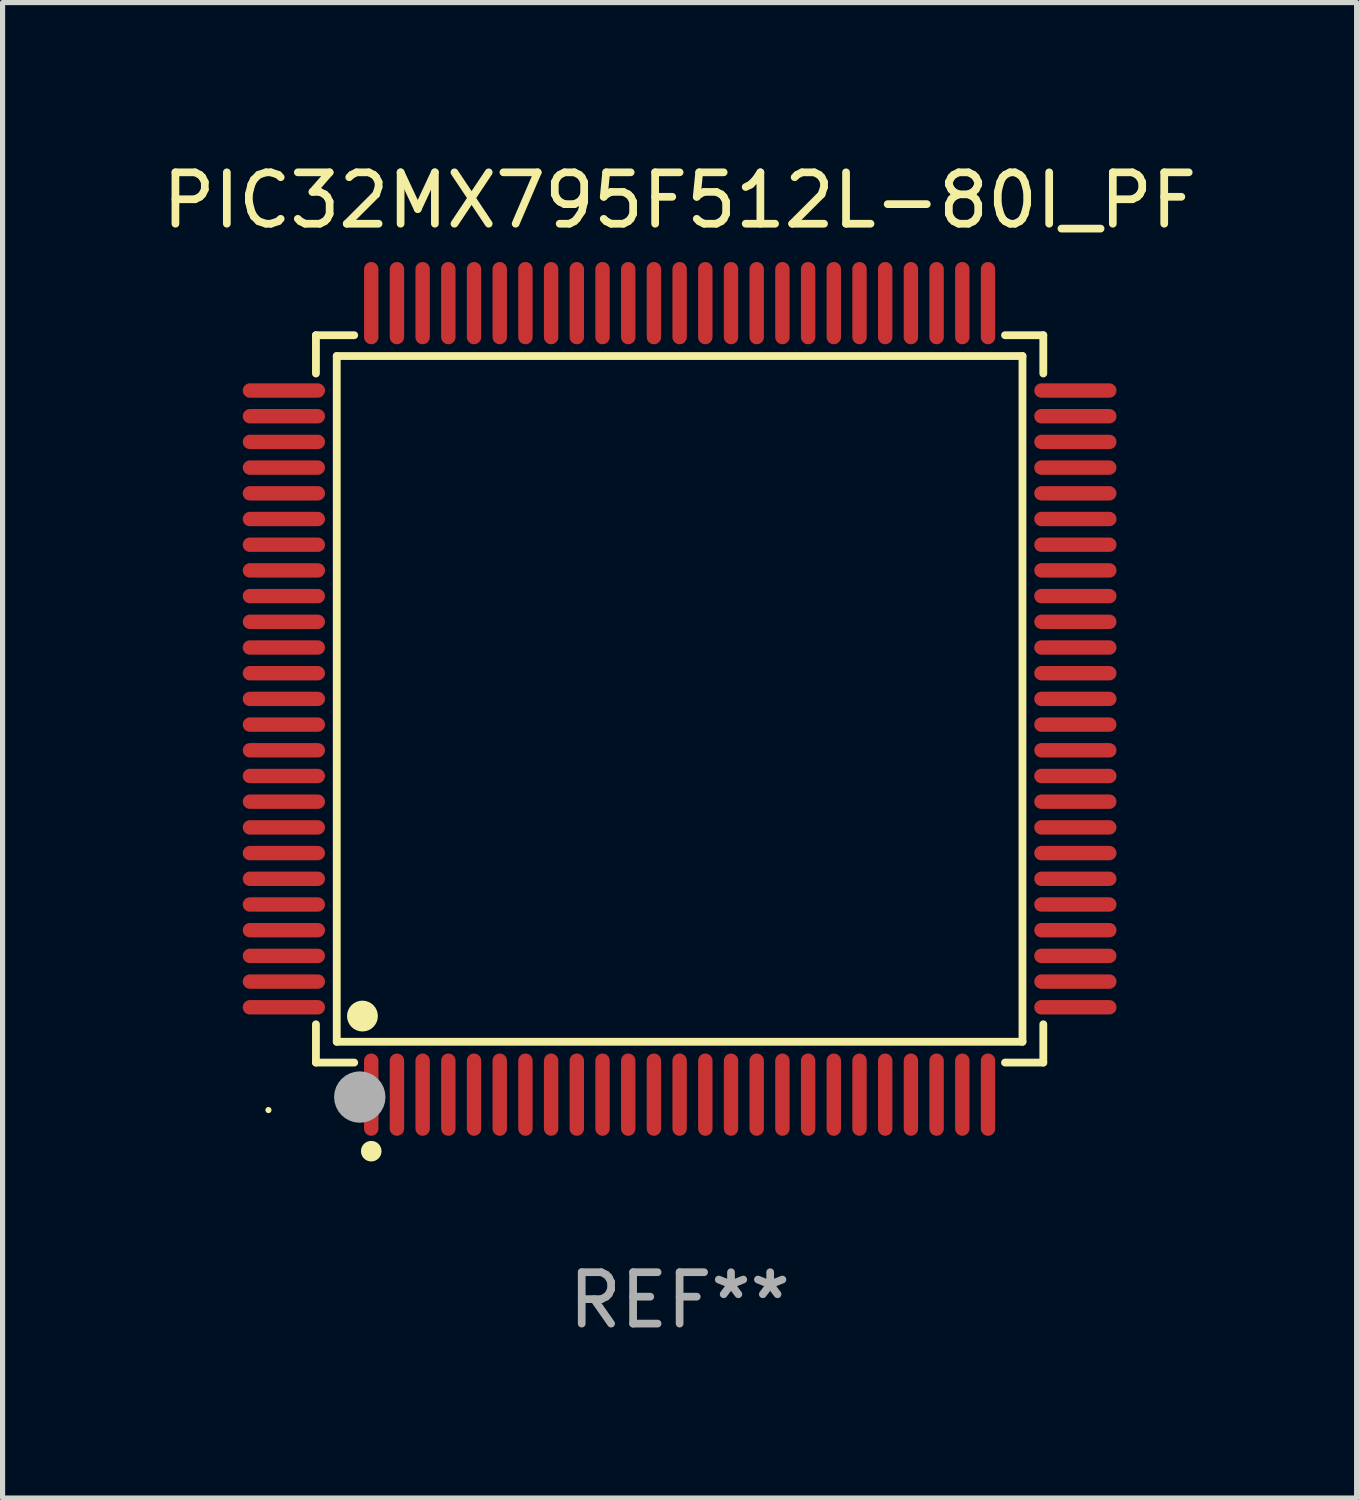
<source format=kicad_pcb>
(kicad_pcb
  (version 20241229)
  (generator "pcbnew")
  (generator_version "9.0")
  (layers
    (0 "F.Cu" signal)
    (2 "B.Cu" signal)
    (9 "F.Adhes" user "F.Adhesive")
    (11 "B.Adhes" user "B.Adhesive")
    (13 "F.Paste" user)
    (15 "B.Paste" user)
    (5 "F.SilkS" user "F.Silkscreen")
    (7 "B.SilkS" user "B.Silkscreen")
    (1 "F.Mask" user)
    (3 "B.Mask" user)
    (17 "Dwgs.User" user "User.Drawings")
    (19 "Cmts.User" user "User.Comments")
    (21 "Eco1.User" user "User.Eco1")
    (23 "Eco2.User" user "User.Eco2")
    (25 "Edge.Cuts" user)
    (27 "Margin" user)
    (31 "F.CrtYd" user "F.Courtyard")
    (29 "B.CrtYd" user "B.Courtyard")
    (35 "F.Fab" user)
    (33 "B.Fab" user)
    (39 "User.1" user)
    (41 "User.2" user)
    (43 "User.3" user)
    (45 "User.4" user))
  (footprint "PIC32MX795F512L-80I_PF"
    (layer "F.Cu")
    (at 10.173 10.548)
    (property "Reference" "PIC32MX795F512L-80I_PF" (at 0 -9.7 0) (layer "F.SilkS") (effects (font (size 1 1) (thickness 0.15))))
    (attr through_hole)
    (fp_line (start -7.076 -7.076) (end -6.331 -7.076) (stroke (width 0.152) (type solid)) (layer "F.SilkS"))
    (fp_line (start -7.076 -6.331) (end -7.076 -7.076) (stroke (width 0.152) (type solid)) (layer "F.SilkS"))
    (fp_line (start -7.076 6.331) (end -7.076 7.076) (stroke (width 0.152) (type solid)) (layer "F.SilkS"))
    (fp_line (start -7.076 7.076) (end -6.331 7.076) (stroke (width 0.152) (type solid)) (layer "F.SilkS"))
    (fp_line (start -6.671 -6.671) (end 6.671 -6.671) (stroke (width 0.152) (type solid)) (layer "F.SilkS"))
    (fp_line (start -6.671 6.671) (end -6.671 -6.671) (stroke (width 0.152) (type solid)) (layer "F.SilkS"))
    (fp_line (start 6.671 -6.671) (end 6.671 6.671) (stroke (width 0.152) (type solid)) (layer "F.SilkS"))
    (fp_line (start 6.671 6.671) (end -6.671 6.671) (stroke (width 0.152) (type solid)) (layer "F.SilkS"))
    (fp_line (start 7.076 -7.076) (end 6.331 -7.076) (stroke (width 0.152) (type solid)) (layer "F.SilkS"))
    (fp_line (start 7.076 -6.331) (end 7.076 -7.076) (stroke (width 0.152) (type solid)) (layer "F.SilkS"))
    (fp_line (start 7.076 6.331) (end 7.076 7.076) (stroke (width 0.152) (type solid)) (layer "F.SilkS"))
    (fp_line (start 7.076 7.076) (end 6.331 7.076) (stroke (width 0.152) (type solid)) (layer "F.SilkS"))
    (fp_circle (center -8 8) (end -7.97 8) (stroke (width 0.06) (type solid)) (fill no) (layer "F.SilkS"))
    (fp_circle (center -6.171 6.171) (end -6.021 6.171) (stroke (width 0.3) (type solid)) (fill no) (layer "F.SilkS"))
    (fp_circle (center -6 8.8) (end -5.9 8.8) (stroke (width 0.2) (type solid)) (fill no) (layer "F.SilkS"))
    (fp_circle (center -6.223 7.747) (end -5.973 7.747) (stroke (width 0.5) (type solid)) (fill no) (layer "F.Fab"))
    (fp_text user "REF**" (at 0 11.7 0) (layer "F.Fab") (effects (font (size 1 1) (thickness 0.15))))
    (pad "1" smd oval (at -6 7.7) (size 0.28 1.6) (layers "F.Cu" "F.Mask" "F.Paste"))
    (pad "2" smd oval (at -5.5 7.7) (size 0.28 1.6) (layers "F.Cu" "F.Mask" "F.Paste"))
    (pad "3" smd oval (at -5 7.7) (size 0.28 1.6) (layers "F.Cu" "F.Mask" "F.Paste"))
    (pad "4" smd oval (at -4.5 7.7) (size 0.28 1.6) (layers "F.Cu" "F.Mask" "F.Paste"))
    (pad "5" smd oval (at -4 7.7) (size 0.28 1.6) (layers "F.Cu" "F.Mask" "F.Paste"))
    (pad "6" smd oval (at -3.5 7.7) (size 0.28 1.6) (layers "F.Cu" "F.Mask" "F.Paste"))
    (pad "7" smd oval (at -3 7.7) (size 0.28 1.6) (layers "F.Cu" "F.Mask" "F.Paste"))
    (pad "8" smd oval (at -2.5 7.7) (size 0.28 1.6) (layers "F.Cu" "F.Mask" "F.Paste"))
    (pad "9" smd oval (at -2 7.7) (size 0.28 1.6) (layers "F.Cu" "F.Mask" "F.Paste"))
    (pad "10" smd oval (at -1.5 7.7) (size 0.28 1.6) (layers "F.Cu" "F.Mask" "F.Paste"))
    (pad "11" smd oval (at -1 7.7) (size 0.28 1.6) (layers "F.Cu" "F.Mask" "F.Paste"))
    (pad "12" smd oval (at -0.5 7.7) (size 0.28 1.6) (layers "F.Cu" "F.Mask" "F.Paste"))
    (pad "13" smd oval (at 0 7.7) (size 0.28 1.6) (layers "F.Cu" "F.Mask" "F.Paste"))
    (pad "14" smd oval (at 0.5 7.7) (size 0.28 1.6) (layers "F.Cu" "F.Mask" "F.Paste"))
    (pad "15" smd oval (at 1 7.7) (size 0.28 1.6) (layers "F.Cu" "F.Mask" "F.Paste"))
    (pad "16" smd oval (at 1.5 7.7) (size 0.28 1.6) (layers "F.Cu" "F.Mask" "F.Paste"))
    (pad "17" smd oval (at 2 7.7) (size 0.28 1.6) (layers "F.Cu" "F.Mask" "F.Paste"))
    (pad "18" smd oval (at 2.5 7.7) (size 0.28 1.6) (layers "F.Cu" "F.Mask" "F.Paste"))
    (pad "19" smd oval (at 3 7.7) (size 0.28 1.6) (layers "F.Cu" "F.Mask" "F.Paste"))
    (pad "20" smd oval (at 3.5 7.7) (size 0.28 1.6) (layers "F.Cu" "F.Mask" "F.Paste"))
    (pad "21" smd oval (at 4 7.7) (size 0.28 1.6) (layers "F.Cu" "F.Mask" "F.Paste"))
    (pad "22" smd oval (at 4.5 7.7) (size 0.28 1.6) (layers "F.Cu" "F.Mask" "F.Paste"))
    (pad "23" smd oval (at 5 7.7) (size 0.28 1.6) (layers "F.Cu" "F.Mask" "F.Paste"))
    (pad "24" smd oval (at 5.5 7.7) (size 0.28 1.6) (layers "F.Cu" "F.Mask" "F.Paste"))
    (pad "25" smd oval (at 6 7.7) (size 0.28 1.6) (layers "F.Cu" "F.Mask" "F.Paste"))
    (pad "26" smd oval (at 7.7 6) (size 1.6 0.28) (layers "F.Cu" "F.Mask" "F.Paste"))
    (pad "27" smd oval (at 7.7 5.5) (size 1.6 0.28) (layers "F.Cu" "F.Mask" "F.Paste"))
    (pad "28" smd oval (at 7.7 5) (size 1.6 0.28) (layers "F.Cu" "F.Mask" "F.Paste"))
    (pad "29" smd oval (at 7.7 4.5) (size 1.6 0.28) (layers "F.Cu" "F.Mask" "F.Paste"))
    (pad "30" smd oval (at 7.7 4) (size 1.6 0.28) (layers "F.Cu" "F.Mask" "F.Paste"))
    (pad "31" smd oval (at 7.7 3.5) (size 1.6 0.28) (layers "F.Cu" "F.Mask" "F.Paste"))
    (pad "32" smd oval (at 7.7 3) (size 1.6 0.28) (layers "F.Cu" "F.Mask" "F.Paste"))
    (pad "33" smd oval (at 7.7 2.5) (size 1.6 0.28) (layers "F.Cu" "F.Mask" "F.Paste"))
    (pad "34" smd oval (at 7.7 2) (size 1.6 0.28) (layers "F.Cu" "F.Mask" "F.Paste"))
    (pad "35" smd oval (at 7.7 1.5) (size 1.6 0.28) (layers "F.Cu" "F.Mask" "F.Paste"))
    (pad "36" smd oval (at 7.7 1) (size 1.6 0.28) (layers "F.Cu" "F.Mask" "F.Paste"))
    (pad "37" smd oval (at 7.7 0.5) (size 1.6 0.28) (layers "F.Cu" "F.Mask" "F.Paste"))
    (pad "38" smd oval (at 7.7 0) (size 1.6 0.28) (layers "F.Cu" "F.Mask" "F.Paste"))
    (pad "39" smd oval (at 7.7 -0.5) (size 1.6 0.28) (layers "F.Cu" "F.Mask" "F.Paste"))
    (pad "40" smd oval (at 7.7 -1) (size 1.6 0.28) (layers "F.Cu" "F.Mask" "F.Paste"))
    (pad "41" smd oval (at 7.7 -1.5) (size 1.6 0.28) (layers "F.Cu" "F.Mask" "F.Paste"))
    (pad "42" smd oval (at 7.7 -2) (size 1.6 0.28) (layers "F.Cu" "F.Mask" "F.Paste"))
    (pad "43" smd oval (at 7.7 -2.5) (size 1.6 0.28) (layers "F.Cu" "F.Mask" "F.Paste"))
    (pad "44" smd oval (at 7.7 -3) (size 1.6 0.28) (layers "F.Cu" "F.Mask" "F.Paste"))
    (pad "45" smd oval (at 7.7 -3.5) (size 1.6 0.28) (layers "F.Cu" "F.Mask" "F.Paste"))
    (pad "46" smd oval (at 7.7 -4) (size 1.6 0.28) (layers "F.Cu" "F.Mask" "F.Paste"))
    (pad "47" smd oval (at 7.7 -4.5) (size 1.6 0.28) (layers "F.Cu" "F.Mask" "F.Paste"))
    (pad "48" smd oval (at 7.7 -5) (size 1.6 0.28) (layers "F.Cu" "F.Mask" "F.Paste"))
    (pad "49" smd oval (at 7.7 -5.5) (size 1.6 0.28) (layers "F.Cu" "F.Mask" "F.Paste"))
    (pad "50" smd oval (at 7.7 -6) (size 1.6 0.28) (layers "F.Cu" "F.Mask" "F.Paste"))
    (pad "51" smd oval (at 6 -7.7) (size 0.28 1.6) (layers "F.Cu" "F.Mask" "F.Paste"))
    (pad "52" smd oval (at 5.5 -7.7) (size 0.28 1.6) (layers "F.Cu" "F.Mask" "F.Paste"))
    (pad "53" smd oval (at 5 -7.7) (size 0.28 1.6) (layers "F.Cu" "F.Mask" "F.Paste"))
    (pad "54" smd oval (at 4.5 -7.7) (size 0.28 1.6) (layers "F.Cu" "F.Mask" "F.Paste"))
    (pad "55" smd oval (at 4 -7.7) (size 0.28 1.6) (layers "F.Cu" "F.Mask" "F.Paste"))
    (pad "56" smd oval (at 3.5 -7.7) (size 0.28 1.6) (layers "F.Cu" "F.Mask" "F.Paste"))
    (pad "57" smd oval (at 3 -7.7) (size 0.28 1.6) (layers "F.Cu" "F.Mask" "F.Paste"))
    (pad "58" smd oval (at 2.5 -7.7) (size 0.28 1.6) (layers "F.Cu" "F.Mask" "F.Paste"))
    (pad "59" smd oval (at 2 -7.7) (size 0.28 1.6) (layers "F.Cu" "F.Mask" "F.Paste"))
    (pad "60" smd oval (at 1.5 -7.7) (size 0.28 1.6) (layers "F.Cu" "F.Mask" "F.Paste"))
    (pad "61" smd oval (at 1 -7.7) (size 0.28 1.6) (layers "F.Cu" "F.Mask" "F.Paste"))
    (pad "62" smd oval (at 0.5 -7.7) (size 0.28 1.6) (layers "F.Cu" "F.Mask" "F.Paste"))
    (pad "63" smd oval (at 0 -7.7) (size 0.28 1.6) (layers "F.Cu" "F.Mask" "F.Paste"))
    (pad "64" smd oval (at -0.5 -7.7) (size 0.28 1.6) (layers "F.Cu" "F.Mask" "F.Paste"))
    (pad "65" smd oval (at -1 -7.7) (size 0.28 1.6) (layers "F.Cu" "F.Mask" "F.Paste"))
    (pad "66" smd oval (at -1.5 -7.7) (size 0.28 1.6) (layers "F.Cu" "F.Mask" "F.Paste"))
    (pad "67" smd oval (at -2 -7.7) (size 0.28 1.6) (layers "F.Cu" "F.Mask" "F.Paste"))
    (pad "68" smd oval (at -2.5 -7.7) (size 0.28 1.6) (layers "F.Cu" "F.Mask" "F.Paste"))
    (pad "69" smd oval (at -3 -7.7) (size 0.28 1.6) (layers "F.Cu" "F.Mask" "F.Paste"))
    (pad "70" smd oval (at -3.5 -7.7) (size 0.28 1.6) (layers "F.Cu" "F.Mask" "F.Paste"))
    (pad "71" smd oval (at -4 -7.7) (size 0.28 1.6) (layers "F.Cu" "F.Mask" "F.Paste"))
    (pad "72" smd oval (at -4.5 -7.7) (size 0.28 1.6) (layers "F.Cu" "F.Mask" "F.Paste"))
    (pad "73" smd oval (at -5 -7.7) (size 0.28 1.6) (layers "F.Cu" "F.Mask" "F.Paste"))
    (pad "74" smd oval (at -5.5 -7.7) (size 0.28 1.6) (layers "F.Cu" "F.Mask" "F.Paste"))
    (pad "75" smd oval (at -6 -7.7) (size 0.28 1.6) (layers "F.Cu" "F.Mask" "F.Paste"))
    (pad "76" smd oval (at -7.7 -6) (size 1.6 0.28) (layers "F.Cu" "F.Mask" "F.Paste"))
    (pad "77" smd oval (at -7.7 -5.5) (size 1.6 0.28) (layers "F.Cu" "F.Mask" "F.Paste"))
    (pad "78" smd oval (at -7.7 -5) (size 1.6 0.28) (layers "F.Cu" "F.Mask" "F.Paste"))
    (pad "79" smd oval (at -7.7 -4.5) (size 1.6 0.28) (layers "F.Cu" "F.Mask" "F.Paste"))
    (pad "80" smd oval (at -7.7 -4) (size 1.6 0.28) (layers "F.Cu" "F.Mask" "F.Paste"))
    (pad "81" smd oval (at -7.7 -3.5) (size 1.6 0.28) (layers "F.Cu" "F.Mask" "F.Paste"))
    (pad "82" smd oval (at -7.7 -3) (size 1.6 0.28) (layers "F.Cu" "F.Mask" "F.Paste"))
    (pad "83" smd oval (at -7.7 -2.5) (size 1.6 0.28) (layers "F.Cu" "F.Mask" "F.Paste"))
    (pad "84" smd oval (at -7.7 -2) (size 1.6 0.28) (layers "F.Cu" "F.Mask" "F.Paste"))
    (pad "85" smd oval (at -7.7 -1.5) (size 1.6 0.28) (layers "F.Cu" "F.Mask" "F.Paste"))
    (pad "86" smd oval (at -7.7 -1) (size 1.6 0.28) (layers "F.Cu" "F.Mask" "F.Paste"))
    (pad "87" smd oval (at -7.7 -0.5) (size 1.6 0.28) (layers "F.Cu" "F.Mask" "F.Paste"))
    (pad "88" smd oval (at -7.7 0) (size 1.6 0.28) (layers "F.Cu" "F.Mask" "F.Paste"))
    (pad "89" smd oval (at -7.7 0.5) (size 1.6 0.28) (layers "F.Cu" "F.Mask" "F.Paste"))
    (pad "90" smd oval (at -7.7 1) (size 1.6 0.28) (layers "F.Cu" "F.Mask" "F.Paste"))
    (pad "91" smd oval (at -7.7 1.5) (size 1.6 0.28) (layers "F.Cu" "F.Mask" "F.Paste"))
    (pad "92" smd oval (at -7.7 2) (size 1.6 0.28) (layers "F.Cu" "F.Mask" "F.Paste"))
    (pad "93" smd oval (at -7.7 2.5) (size 1.6 0.28) (layers "F.Cu" "F.Mask" "F.Paste"))
    (pad "94" smd oval (at -7.7 3) (size 1.6 0.28) (layers "F.Cu" "F.Mask" "F.Paste"))
    (pad "95" smd oval (at -7.7 3.5) (size 1.6 0.28) (layers "F.Cu" "F.Mask" "F.Paste"))
    (pad "96" smd oval (at -7.7 4) (size 1.6 0.28) (layers "F.Cu" "F.Mask" "F.Paste"))
    (pad "97" smd oval (at -7.7 4.5) (size 1.6 0.28) (layers "F.Cu" "F.Mask" "F.Paste"))
    (pad "98" smd oval (at -7.7 5) (size 1.6 0.28) (layers "F.Cu" "F.Mask" "F.Paste"))
    (pad "99" smd oval (at -7.7 5.5) (size 1.6 0.28) (layers "F.Cu" "F.Mask" "F.Paste"))
    (pad "100" smd oval (at -7.7 6) (size 1.6 0.28) (layers "F.Cu" "F.Mask" "F.Paste")))
  (gr_rect
    (start -3 -3)
    (end 23.345 26.097)
    (stroke (width 0.1) (type default))
    (fill no)
    (layer "Edge.Cuts")))
</source>
